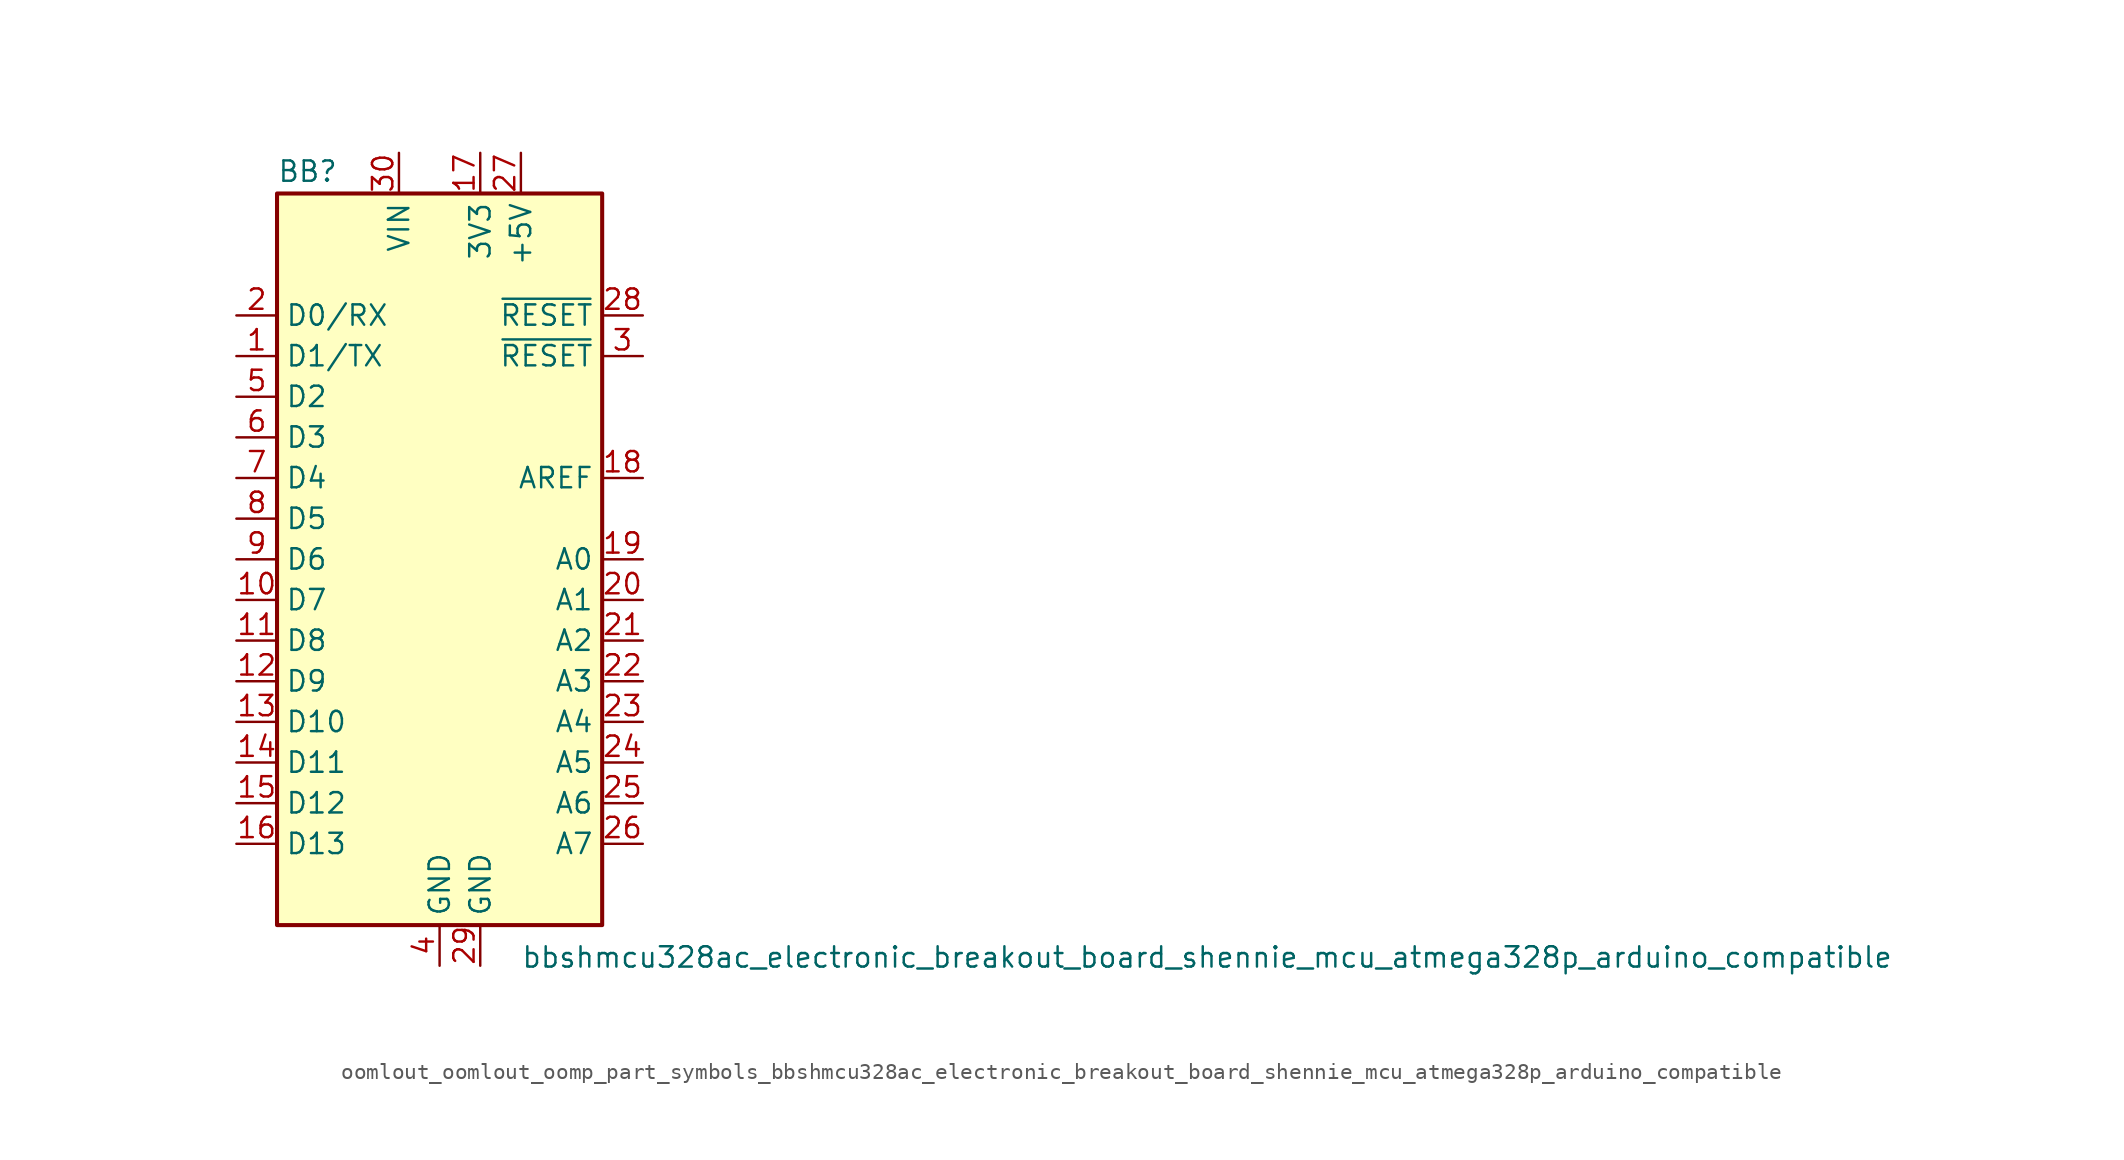
<source format=kicad_sym>
(kicad_symbol_lib
  (version 20220914)
  (generator kicad_symbol_editor)
  (symbol "oomlout_oomlout_oomp_part_symbols_bbshmcu328ac_electronic_breakout_board_shennie_mcu_atmega328p_arduino_compatible"
    (property "Reference" "BB"
      (at -10.16 23.495 0)
      (effects (font (size 1.27 1.27)) (justify left bottom)))
    (property "Value" "bbshmcu328ac_electronic_breakout_board_shennie_mcu_atmega328p_arduino_compatible"
      (at 5.08 -24.13 0)
      (effects (font (size 1.27 1.27)) (justify left top)))
    (symbol "oomlout_oomlout_oomp_part_symbols_bbshmcu328ac_electronic_breakout_board_shennie_mcu_atmega328p_arduino_compatible_0_1"
      (rectangle (start -10.16 22.86) (end 10.16 -22.86) (stroke (width 0.254) (type default)) (fill (type background))))
    (symbol "oomlout_oomlout_oomp_part_symbols_bbshmcu328ac_electronic_breakout_board_shennie_mcu_atmega328p_arduino_compatible_1_1"
      (pin bidirectional line (at -12.7 12.7 0) (length 2.54) (name "D1/TX" (effects (font (size 1.27 1.27)))) (number "1" (effects (font (size 1.27 1.27)))))
      (pin bidirectional line (at -12.7 -2.54 0) (length 2.54) (name "D7" (effects (font (size 1.27 1.27)))) (number "10" (effects (font (size 1.27 1.27)))))
      (pin bidirectional line (at -12.7 -5.08 0) (length 2.54) (name "D8" (effects (font (size 1.27 1.27)))) (number "11" (effects (font (size 1.27 1.27)))))
      (pin bidirectional line (at -12.7 -7.62 0) (length 2.54) (name "D9" (effects (font (size 1.27 1.27)))) (number "12" (effects (font (size 1.27 1.27)))))
      (pin bidirectional line (at -12.7 -10.16 0) (length 2.54) (name "D10" (effects (font (size 1.27 1.27)))) (number "13" (effects (font (size 1.27 1.27)))))
      (pin bidirectional line (at -12.7 -12.7 0) (length 2.54) (name "D11" (effects (font (size 1.27 1.27)))) (number "14" (effects (font (size 1.27 1.27)))))
      (pin bidirectional line (at -12.7 -15.24 0) (length 2.54) (name "D12" (effects (font (size 1.27 1.27)))) (number "15" (effects (font (size 1.27 1.27)))))
      (pin bidirectional line (at -12.7 -17.78 0) (length 2.54) (name "D13" (effects (font (size 1.27 1.27)))) (number "16" (effects (font (size 1.27 1.27)))))
      (pin power_out line (at 2.54 25.4 270) (length 2.54) (name "3V3" (effects (font (size 1.27 1.27)))) (number "17" (effects (font (size 1.27 1.27)))))
      (pin input line (at 12.7 5.08 180) (length 2.54) (name "AREF" (effects (font (size 1.27 1.27)))) (number "18" (effects (font (size 1.27 1.27)))))
      (pin bidirectional line (at 12.7 0 180) (length 2.54) (name "A0" (effects (font (size 1.27 1.27)))) (number "19" (effects (font (size 1.27 1.27)))))
      (pin bidirectional line (at -12.7 15.24 0) (length 2.54) (name "D0/RX" (effects (font (size 1.27 1.27)))) (number "2" (effects (font (size 1.27 1.27)))))
      (pin bidirectional line (at 12.7 -2.54 180) (length 2.54) (name "A1" (effects (font (size 1.27 1.27)))) (number "20" (effects (font (size 1.27 1.27)))))
      (pin bidirectional line (at 12.7 -5.08 180) (length 2.54) (name "A2" (effects (font (size 1.27 1.27)))) (number "21" (effects (font (size 1.27 1.27)))))
      (pin bidirectional line (at 12.7 -7.62 180) (length 2.54) (name "A3" (effects (font (size 1.27 1.27)))) (number "22" (effects (font (size 1.27 1.27)))))
      (pin bidirectional line (at 12.7 -10.16 180) (length 2.54) (name "A4" (effects (font (size 1.27 1.27)))) (number "23" (effects (font (size 1.27 1.27)))))
      (pin bidirectional line (at 12.7 -12.7 180) (length 2.54) (name "A5" (effects (font (size 1.27 1.27)))) (number "24" (effects (font (size 1.27 1.27)))))
      (pin bidirectional line (at 12.7 -15.24 180) (length 2.54) (name "A6" (effects (font (size 1.27 1.27)))) (number "25" (effects (font (size 1.27 1.27)))))
      (pin bidirectional line (at 12.7 -17.78 180) (length 2.54) (name "A7" (effects (font (size 1.27 1.27)))) (number "26" (effects (font (size 1.27 1.27)))))
      (pin power_out line (at 5.08 25.4 270) (length 2.54) (name "+5V" (effects (font (size 1.27 1.27)))) (number "27" (effects (font (size 1.27 1.27)))))
      (pin input line (at 12.7 15.24 180) (length 2.54) (name "~{RESET}" (effects (font (size 1.27 1.27)))) (number "28" (effects (font (size 1.27 1.27)))))
      (pin power_in line (at 2.54 -25.4 90) (length 2.54) (name "GND" (effects (font (size 1.27 1.27)))) (number "29" (effects (font (size 1.27 1.27)))))
      (pin input line (at 12.7 12.7 180) (length 2.54) (name "~{RESET}" (effects (font (size 1.27 1.27)))) (number "3" (effects (font (size 1.27 1.27)))))
      (pin power_in line (at -2.54 25.4 270) (length 2.54) (name "VIN" (effects (font (size 1.27 1.27)))) (number "30" (effects (font (size 1.27 1.27)))))
      (pin power_in line (at 0 -25.4 90) (length 2.54) (name "GND" (effects (font (size 1.27 1.27)))) (number "4" (effects (font (size 1.27 1.27)))))
      (pin bidirectional line (at -12.7 10.16 0) (length 2.54) (name "D2" (effects (font (size 1.27 1.27)))) (number "5" (effects (font (size 1.27 1.27)))))
      (pin bidirectional line (at -12.7 7.62 0) (length 2.54) (name "D3" (effects (font (size 1.27 1.27)))) (number "6" (effects (font (size 1.27 1.27)))))
      (pin bidirectional line (at -12.7 5.08 0) (length 2.54) (name "D4" (effects (font (size 1.27 1.27)))) (number "7" (effects (font (size 1.27 1.27)))))
      (pin bidirectional line (at -12.7 2.54 0) (length 2.54) (name "D5" (effects (font (size 1.27 1.27)))) (number "8" (effects (font (size 1.27 1.27)))))
      (pin bidirectional line (at -12.7 0 0) (length 2.54) (name "D6" (effects (font (size 1.27 1.27)))) (number "9" (effects (font (size 1.27 1.27))))))))
</source>
